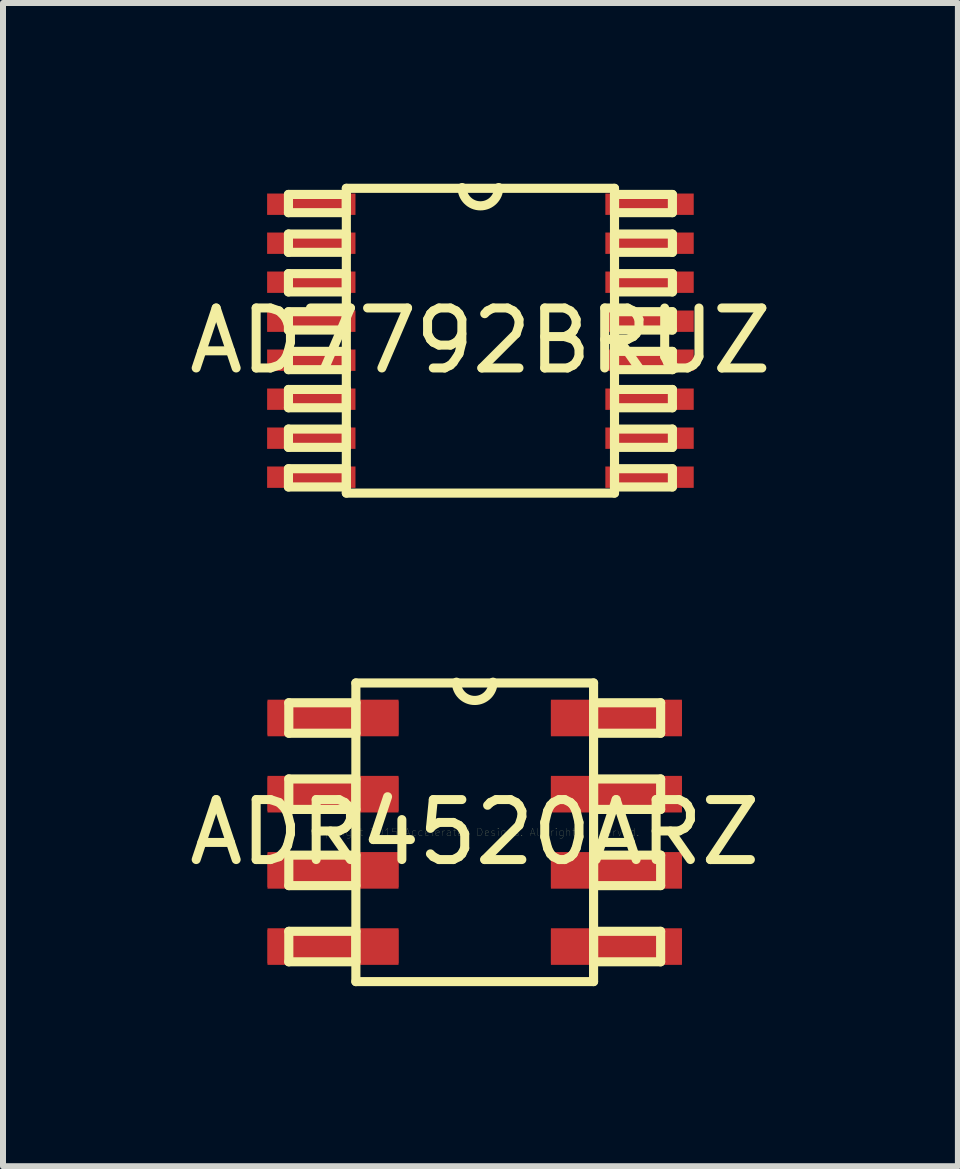
<source format=kicad_pcb>
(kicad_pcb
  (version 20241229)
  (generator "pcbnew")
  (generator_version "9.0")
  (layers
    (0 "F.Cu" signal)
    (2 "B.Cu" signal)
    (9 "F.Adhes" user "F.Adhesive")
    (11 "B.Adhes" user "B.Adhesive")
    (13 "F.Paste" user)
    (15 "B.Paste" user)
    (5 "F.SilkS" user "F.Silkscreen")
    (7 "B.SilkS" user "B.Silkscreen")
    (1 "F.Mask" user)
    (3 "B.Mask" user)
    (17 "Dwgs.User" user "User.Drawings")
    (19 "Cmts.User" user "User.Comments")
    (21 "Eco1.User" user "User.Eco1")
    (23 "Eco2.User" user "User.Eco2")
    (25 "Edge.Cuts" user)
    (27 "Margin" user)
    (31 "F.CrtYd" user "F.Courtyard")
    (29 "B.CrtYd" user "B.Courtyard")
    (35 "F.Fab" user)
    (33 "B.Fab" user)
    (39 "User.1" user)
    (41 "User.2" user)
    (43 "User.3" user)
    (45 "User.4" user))
  (footprint "ADR4520ARZ"
    (layer "F.Cu")
    (at 4.863 10.823)
    (property "Reference" "ADR4520ARZ" (at 0 0 0) (layer "F.SilkS") (effects (font (size 1 1) (thickness 0.15))))
    (attr through_hole)
    (fp_line (start -3.099 -2.159) (end -3.099 -1.651) (stroke (width 0.152) (type solid)) (layer "F.SilkS"))
    (fp_line (start -3.099 -1.651) (end -1.981 -1.651) (stroke (width 0.152) (type solid)) (layer "F.SilkS"))
    (fp_line (start -3.099 -0.889) (end -3.099 -0.381) (stroke (width 0.152) (type solid)) (layer "F.SilkS"))
    (fp_line (start -3.099 -0.381) (end -1.981 -0.381) (stroke (width 0.152) (type solid)) (layer "F.SilkS"))
    (fp_line (start -3.099 0.381) (end -3.099 0.889) (stroke (width 0.152) (type solid)) (layer "F.SilkS"))
    (fp_line (start -3.099 0.889) (end -1.981 0.889) (stroke (width 0.152) (type solid)) (layer "F.SilkS"))
    (fp_line (start -3.099 1.651) (end -3.099 2.159) (stroke (width 0.152) (type solid)) (layer "F.SilkS"))
    (fp_line (start -3.099 2.159) (end -1.981 2.159) (stroke (width 0.152) (type solid)) (layer "F.SilkS"))
    (fp_line (start -1.981 -2.489) (end -1.981 2.489) (stroke (width 0.152) (type solid)) (layer "F.SilkS"))
    (fp_line (start -1.981 -2.159) (end -3.099 -2.159) (stroke (width 0.152) (type solid)) (layer "F.SilkS"))
    (fp_line (start -1.981 -1.651) (end -1.981 -2.159) (stroke (width 0.152) (type solid)) (layer "F.SilkS"))
    (fp_line (start -1.981 -0.889) (end -3.099 -0.889) (stroke (width 0.152) (type solid)) (layer "F.SilkS"))
    (fp_line (start -1.981 -0.381) (end -1.981 -0.889) (stroke (width 0.152) (type solid)) (layer "F.SilkS"))
    (fp_line (start -1.981 0.381) (end -3.099 0.381) (stroke (width 0.152) (type solid)) (layer "F.SilkS"))
    (fp_line (start -1.981 0.889) (end -1.981 0.381) (stroke (width 0.152) (type solid)) (layer "F.SilkS"))
    (fp_line (start -1.981 1.651) (end -3.099 1.651) (stroke (width 0.152) (type solid)) (layer "F.SilkS"))
    (fp_line (start -1.981 2.159) (end -1.981 1.651) (stroke (width 0.152) (type solid)) (layer "F.SilkS"))
    (fp_line (start -1.981 2.489) (end 1.981 2.489) (stroke (width 0.152) (type solid)) (layer "F.SilkS"))
    (fp_line (start 1.981 -2.489) (end -1.981 -2.489) (stroke (width 0.152) (type solid)) (layer "F.SilkS"))
    (fp_line (start 1.981 -2.159) (end 1.981 -1.651) (stroke (width 0.152) (type solid)) (layer "F.SilkS"))
    (fp_line (start 1.981 -1.651) (end 3.099 -1.651) (stroke (width 0.152) (type solid)) (layer "F.SilkS"))
    (fp_line (start 1.981 -0.889) (end 1.981 -0.381) (stroke (width 0.152) (type solid)) (layer "F.SilkS"))
    (fp_line (start 1.981 -0.381) (end 3.099 -0.381) (stroke (width 0.152) (type solid)) (layer "F.SilkS"))
    (fp_line (start 1.981 0.381) (end 1.981 0.889) (stroke (width 0.152) (type solid)) (layer "F.SilkS"))
    (fp_line (start 1.981 0.889) (end 3.099 0.889) (stroke (width 0.152) (type solid)) (layer "F.SilkS"))
    (fp_line (start 1.981 1.651) (end 1.981 2.159) (stroke (width 0.152) (type solid)) (layer "F.SilkS"))
    (fp_line (start 1.981 2.159) (end 3.099 2.159) (stroke (width 0.152) (type solid)) (layer "F.SilkS"))
    (fp_line (start 1.981 2.489) (end 1.981 -2.489) (stroke (width 0.152) (type solid)) (layer "F.SilkS"))
    (fp_line (start 3.099 -2.159) (end 1.981 -2.159) (stroke (width 0.152) (type solid)) (layer "F.SilkS"))
    (fp_line (start 3.099 -1.651) (end 3.099 -2.159) (stroke (width 0.152) (type solid)) (layer "F.SilkS"))
    (fp_line (start 3.099 -0.889) (end 1.981 -0.889) (stroke (width 0.152) (type solid)) (layer "F.SilkS"))
    (fp_line (start 3.099 -0.381) (end 3.099 -0.889) (stroke (width 0.152) (type solid)) (layer "F.SilkS"))
    (fp_line (start 3.099 0.381) (end 1.981 0.381) (stroke (width 0.152) (type solid)) (layer "F.SilkS"))
    (fp_line (start 3.099 0.889) (end 3.099 0.381) (stroke (width 0.152) (type solid)) (layer "F.SilkS"))
    (fp_line (start 3.099 1.651) (end 1.981 1.651) (stroke (width 0.152) (type solid)) (layer "F.SilkS"))
    (fp_line (start 3.099 2.159) (end 3.099 1.651) (stroke (width 0.152) (type solid)) (layer "F.SilkS"))
    (fp_arc (start 0.3048 -2.5019) (mid 0 -2.1971) (end -0.3048 -2.5019) (stroke (width 0.1524) (type solid)) (layer "F.SilkS"))
    (fp_text user "Copyright 2015 Accelerated Designs. All rights reserved." (at 0 0 0) (layer "F.SilkS") (effects (font (size 0.127 0.127) (thickness 0.002))))
    (pad "1" smd rect (at -2.362 -1.905) (size 2.184 0.559) (layers "F.Cu" "F.Mask" "F.Paste"))
    (pad "1" smd rect (at -2.362 -1.905) (size 2.184 0.61) (layers "F.Cu" "F.Mask" "F.Paste"))
    (pad "2" smd rect (at -2.362 -0.635) (size 2.184 0.559) (layers "F.Cu" "F.Mask" "F.Paste"))
    (pad "2" smd rect (at -2.362 -0.635) (size 2.184 0.61) (layers "F.Cu" "F.Mask" "F.Paste"))
    (pad "3" smd rect (at -2.362 0.635) (size 2.184 0.559) (layers "F.Cu" "F.Mask" "F.Paste"))
    (pad "3" smd rect (at -2.362 0.635) (size 2.184 0.61) (layers "F.Cu" "F.Mask" "F.Paste"))
    (pad "4" smd rect (at -2.362 1.905) (size 2.184 0.559) (layers "F.Cu" "F.Mask" "F.Paste"))
    (pad "4" smd rect (at -2.362 1.905) (size 2.184 0.61) (layers "F.Cu" "F.Mask" "F.Paste"))
    (pad "5" smd rect (at 2.362 1.905) (size 2.184 0.559) (layers "F.Cu" "F.Mask" "F.Paste"))
    (pad "5" smd rect (at 2.362 1.905) (size 2.184 0.61) (layers "F.Cu" "F.Mask" "F.Paste"))
    (pad "6" smd rect (at 2.362 0.635) (size 2.184 0.559) (layers "F.Cu" "F.Mask" "F.Paste"))
    (pad "6" smd rect (at 2.362 0.635) (size 2.184 0.61) (layers "F.Cu" "F.Mask" "F.Paste"))
    (pad "7" smd rect (at 2.362 -0.635) (size 2.184 0.559) (layers "F.Cu" "F.Mask" "F.Paste"))
    (pad "7" smd rect (at 2.362 -0.635) (size 2.184 0.61) (layers "F.Cu" "F.Mask" "F.Paste"))
    (pad "8" smd rect (at 2.362 -1.905) (size 2.184 0.559) (layers "F.Cu" "F.Mask" "F.Paste"))
    (pad "8" smd rect (at 2.362 -1.905) (size 2.184 0.61) (layers "F.Cu" "F.Mask" "F.Paste")))
  (footprint "AD7792BRUZ"
    (layer "F.Cu")
    (at 4.958 2.629)
    (property "Reference" "AD7792BRUZ" (at 0 0 0) (layer "F.SilkS") (effects (font (size 1 1) (thickness 0.15))))
    (attr through_hole)
    (fp_line (start -3.2 -2.438) (end -3.2 -2.134) (stroke (width 0.152) (type solid)) (layer "F.SilkS"))
    (fp_line (start -3.2 -2.134) (end -2.235 -2.134) (stroke (width 0.152) (type solid)) (layer "F.SilkS"))
    (fp_line (start -3.2 -1.778) (end -3.2 -1.473) (stroke (width 0.152) (type solid)) (layer "F.SilkS"))
    (fp_line (start -3.2 -1.473) (end -2.235 -1.473) (stroke (width 0.152) (type solid)) (layer "F.SilkS"))
    (fp_line (start -3.2 -1.118) (end -3.2 -0.813) (stroke (width 0.152) (type solid)) (layer "F.SilkS"))
    (fp_line (start -3.2 -0.813) (end -2.235 -0.813) (stroke (width 0.152) (type solid)) (layer "F.SilkS"))
    (fp_line (start -3.2 -0.483) (end -3.2 -0.178) (stroke (width 0.152) (type solid)) (layer "F.SilkS"))
    (fp_line (start -3.2 -0.178) (end -2.235 -0.178) (stroke (width 0.152) (type solid)) (layer "F.SilkS"))
    (fp_line (start -3.2 0.178) (end -3.2 0.483) (stroke (width 0.152) (type solid)) (layer "F.SilkS"))
    (fp_line (start -3.2 0.483) (end -2.235 0.483) (stroke (width 0.152) (type solid)) (layer "F.SilkS"))
    (fp_line (start -3.2 0.813) (end -3.2 1.118) (stroke (width 0.152) (type solid)) (layer "F.SilkS"))
    (fp_line (start -3.2 1.118) (end -2.235 1.118) (stroke (width 0.152) (type solid)) (layer "F.SilkS"))
    (fp_line (start -3.2 1.473) (end -3.2 1.778) (stroke (width 0.152) (type solid)) (layer "F.SilkS"))
    (fp_line (start -3.2 1.778) (end -2.235 1.778) (stroke (width 0.152) (type solid)) (layer "F.SilkS"))
    (fp_line (start -3.2 2.134) (end -3.2 2.438) (stroke (width 0.152) (type solid)) (layer "F.SilkS"))
    (fp_line (start -3.2 2.438) (end -2.235 2.438) (stroke (width 0.152) (type solid)) (layer "F.SilkS"))
    (fp_line (start -2.235 -2.54) (end -2.235 2.54) (stroke (width 0.152) (type solid)) (layer "F.SilkS"))
    (fp_line (start -2.235 -2.438) (end -3.2 -2.438) (stroke (width 0.152) (type solid)) (layer "F.SilkS"))
    (fp_line (start -2.235 -2.134) (end -2.235 -2.438) (stroke (width 0.152) (type solid)) (layer "F.SilkS"))
    (fp_line (start -2.235 -1.778) (end -3.2 -1.778) (stroke (width 0.152) (type solid)) (layer "F.SilkS"))
    (fp_line (start -2.235 -1.473) (end -2.235 -1.778) (stroke (width 0.152) (type solid)) (layer "F.SilkS"))
    (fp_line (start -2.235 -1.118) (end -3.2 -1.118) (stroke (width 0.152) (type solid)) (layer "F.SilkS"))
    (fp_line (start -2.235 -0.813) (end -2.235 -1.118) (stroke (width 0.152) (type solid)) (layer "F.SilkS"))
    (fp_line (start -2.235 -0.483) (end -3.2 -0.483) (stroke (width 0.152) (type solid)) (layer "F.SilkS"))
    (fp_line (start -2.235 -0.178) (end -2.235 -0.483) (stroke (width 0.152) (type solid)) (layer "F.SilkS"))
    (fp_line (start -2.235 0.178) (end -3.2 0.178) (stroke (width 0.152) (type solid)) (layer "F.SilkS"))
    (fp_line (start -2.235 0.483) (end -2.235 0.178) (stroke (width 0.152) (type solid)) (layer "F.SilkS"))
    (fp_line (start -2.235 0.813) (end -3.2 0.813) (stroke (width 0.152) (type solid)) (layer "F.SilkS"))
    (fp_line (start -2.235 1.118) (end -2.235 0.813) (stroke (width 0.152) (type solid)) (layer "F.SilkS"))
    (fp_line (start -2.235 1.473) (end -3.2 1.473) (stroke (width 0.152) (type solid)) (layer "F.SilkS"))
    (fp_line (start -2.235 1.778) (end -2.235 1.473) (stroke (width 0.152) (type solid)) (layer "F.SilkS"))
    (fp_line (start -2.235 2.134) (end -3.2 2.134) (stroke (width 0.152) (type solid)) (layer "F.SilkS"))
    (fp_line (start -2.235 2.438) (end -2.235 2.134) (stroke (width 0.152) (type solid)) (layer "F.SilkS"))
    (fp_line (start -2.235 2.54) (end 2.235 2.54) (stroke (width 0.152) (type solid)) (layer "F.SilkS"))
    (fp_line (start 2.235 -2.54) (end -2.235 -2.54) (stroke (width 0.152) (type solid)) (layer "F.SilkS"))
    (fp_line (start 2.235 -2.438) (end 2.235 -2.134) (stroke (width 0.152) (type solid)) (layer "F.SilkS"))
    (fp_line (start 2.235 -2.134) (end 3.2 -2.134) (stroke (width 0.152) (type solid)) (layer "F.SilkS"))
    (fp_line (start 2.235 -1.778) (end 2.235 -1.473) (stroke (width 0.152) (type solid)) (layer "F.SilkS"))
    (fp_line (start 2.235 -1.473) (end 3.2 -1.473) (stroke (width 0.152) (type solid)) (layer "F.SilkS"))
    (fp_line (start 2.235 -1.118) (end 2.235 -0.813) (stroke (width 0.152) (type solid)) (layer "F.SilkS"))
    (fp_line (start 2.235 -0.813) (end 3.2 -0.813) (stroke (width 0.152) (type solid)) (layer "F.SilkS"))
    (fp_line (start 2.235 -0.483) (end 2.235 -0.178) (stroke (width 0.152) (type solid)) (layer "F.SilkS"))
    (fp_line (start 2.235 -0.178) (end 3.2 -0.178) (stroke (width 0.152) (type solid)) (layer "F.SilkS"))
    (fp_line (start 2.235 0.178) (end 2.235 0.483) (stroke (width 0.152) (type solid)) (layer "F.SilkS"))
    (fp_line (start 2.235 0.483) (end 3.2 0.483) (stroke (width 0.152) (type solid)) (layer "F.SilkS"))
    (fp_line (start 2.235 0.813) (end 2.235 1.118) (stroke (width 0.152) (type solid)) (layer "F.SilkS"))
    (fp_line (start 2.235 1.118) (end 3.2 1.118) (stroke (width 0.152) (type solid)) (layer "F.SilkS"))
    (fp_line (start 2.235 1.473) (end 2.235 1.778) (stroke (width 0.152) (type solid)) (layer "F.SilkS"))
    (fp_line (start 2.235 1.778) (end 3.2 1.778) (stroke (width 0.152) (type solid)) (layer "F.SilkS"))
    (fp_line (start 2.235 2.134) (end 2.235 2.438) (stroke (width 0.152) (type solid)) (layer "F.SilkS"))
    (fp_line (start 2.235 2.438) (end 3.2 2.438) (stroke (width 0.152) (type solid)) (layer "F.SilkS"))
    (fp_line (start 2.235 2.54) (end 2.235 -2.54) (stroke (width 0.152) (type solid)) (layer "F.SilkS"))
    (fp_line (start 3.2 -2.438) (end 2.235 -2.438) (stroke (width 0.152) (type solid)) (layer "F.SilkS"))
    (fp_line (start 3.2 -2.134) (end 3.2 -2.438) (stroke (width 0.152) (type solid)) (layer "F.SilkS"))
    (fp_line (start 3.2 -1.778) (end 2.235 -1.778) (stroke (width 0.152) (type solid)) (layer "F.SilkS"))
    (fp_line (start 3.2 -1.473) (end 3.2 -1.778) (stroke (width 0.152) (type solid)) (layer "F.SilkS"))
    (fp_line (start 3.2 -1.118) (end 2.235 -1.118) (stroke (width 0.152) (type solid)) (layer "F.SilkS"))
    (fp_line (start 3.2 -0.813) (end 3.2 -1.118) (stroke (width 0.152) (type solid)) (layer "F.SilkS"))
    (fp_line (start 3.2 -0.483) (end 2.235 -0.483) (stroke (width 0.152) (type solid)) (layer "F.SilkS"))
    (fp_line (start 3.2 -0.178) (end 3.2 -0.483) (stroke (width 0.152) (type solid)) (layer "F.SilkS"))
    (fp_line (start 3.2 0.178) (end 2.235 0.178) (stroke (width 0.152) (type solid)) (layer "F.SilkS"))
    (fp_line (start 3.2 0.483) (end 3.2 0.178) (stroke (width 0.152) (type solid)) (layer "F.SilkS"))
    (fp_line (start 3.2 0.813) (end 2.235 0.813) (stroke (width 0.152) (type solid)) (layer "F.SilkS"))
    (fp_line (start 3.2 1.118) (end 3.2 0.813) (stroke (width 0.152) (type solid)) (layer "F.SilkS"))
    (fp_line (start 3.2 1.473) (end 2.235 1.473) (stroke (width 0.152) (type solid)) (layer "F.SilkS"))
    (fp_line (start 3.2 1.778) (end 3.2 1.473) (stroke (width 0.152) (type solid)) (layer "F.SilkS"))
    (fp_line (start 3.2 2.134) (end 2.235 2.134) (stroke (width 0.152) (type solid)) (layer "F.SilkS"))
    (fp_line (start 3.2 2.438) (end 3.2 2.134) (stroke (width 0.152) (type solid)) (layer "F.SilkS"))
    (fp_arc (start 0.3048 -2.5527) (mid 0 -2.2479) (end -0.3048 -2.5527) (stroke (width 0.1524) (type solid)) (layer "F.SilkS"))
    (pad "1" smd rect (at -2.819 -2.275) (size 1.473 0.356) (layers "F.Cu" "F.Mask" "F.Paste"))
    (pad "2" smd rect (at -2.819 -1.625) (size 1.473 0.356) (layers "F.Cu" "F.Mask" "F.Paste"))
    (pad "3" smd rect (at -2.819 -0.975) (size 1.473 0.356) (layers "F.Cu" "F.Mask" "F.Paste"))
    (pad "4" smd rect (at -2.819 -0.325) (size 1.473 0.356) (layers "F.Cu" "F.Mask" "F.Paste"))
    (pad "5" smd rect (at -2.819 0.325) (size 1.473 0.356) (layers "F.Cu" "F.Mask" "F.Paste"))
    (pad "6" smd rect (at -2.819 0.975) (size 1.473 0.356) (layers "F.Cu" "F.Mask" "F.Paste"))
    (pad "7" smd rect (at -2.819 1.625) (size 1.473 0.356) (layers "F.Cu" "F.Mask" "F.Paste"))
    (pad "8" smd rect (at -2.819 2.275) (size 1.473 0.356) (layers "F.Cu" "F.Mask" "F.Paste"))
    (pad "9" smd rect (at 2.819 2.275) (size 1.473 0.356) (layers "F.Cu" "F.Mask" "F.Paste"))
    (pad "10" smd rect (at 2.819 1.625) (size 1.473 0.356) (layers "F.Cu" "F.Mask" "F.Paste"))
    (pad "11" smd rect (at 2.819 0.975) (size 1.473 0.356) (layers "F.Cu" "F.Mask" "F.Paste"))
    (pad "12" smd rect (at 2.819 0.325) (size 1.473 0.356) (layers "F.Cu" "F.Mask" "F.Paste"))
    (pad "13" smd rect (at 2.819 -0.325) (size 1.473 0.356) (layers "F.Cu" "F.Mask" "F.Paste"))
    (pad "14" smd rect (at 2.819 -0.975) (size 1.473 0.356) (layers "F.Cu" "F.Mask" "F.Paste"))
    (pad "15" smd rect (at 2.819 -1.625) (size 1.473 0.356) (layers "F.Cu" "F.Mask" "F.Paste"))
    (pad "16" smd rect (at 2.819 -2.275) (size 1.473 0.356) (layers "F.Cu" "F.Mask" "F.Paste")))
  (gr_rect
    (start -3 -3)
    (end 12.917 16.389)
    (stroke (width 0.1) (type default))
    (fill no)
    (layer "Edge.Cuts")))
</source>
